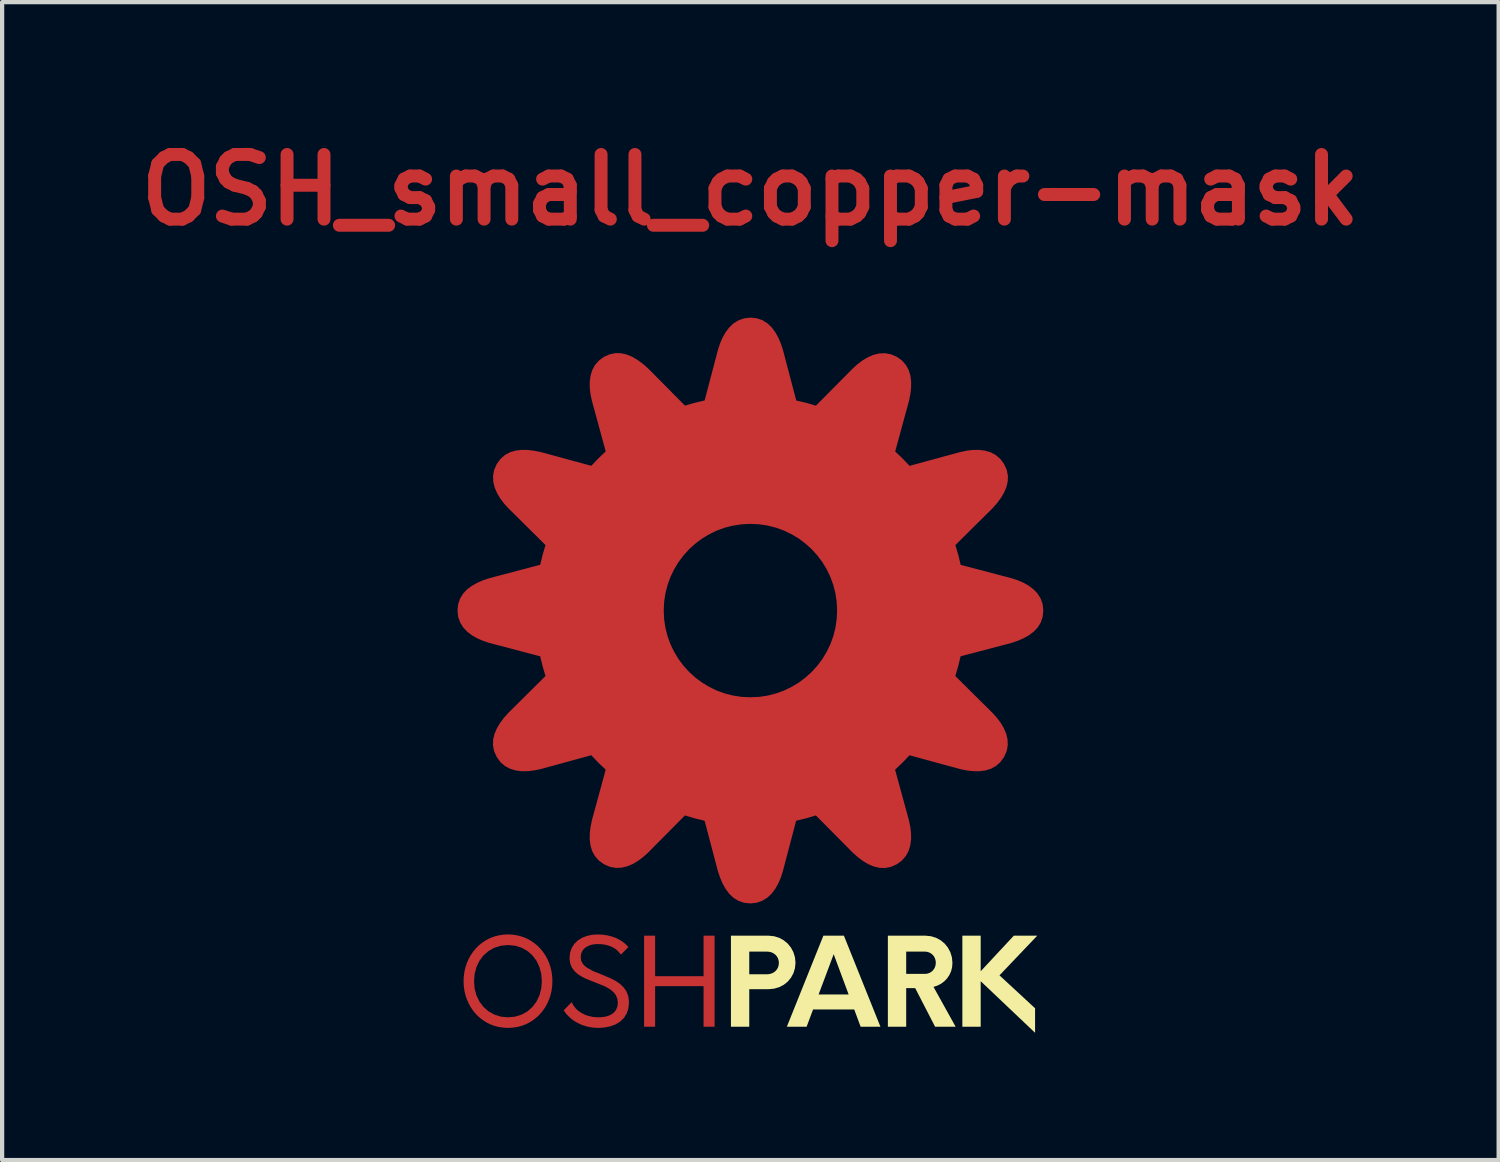
<source format=kicad_pcb>
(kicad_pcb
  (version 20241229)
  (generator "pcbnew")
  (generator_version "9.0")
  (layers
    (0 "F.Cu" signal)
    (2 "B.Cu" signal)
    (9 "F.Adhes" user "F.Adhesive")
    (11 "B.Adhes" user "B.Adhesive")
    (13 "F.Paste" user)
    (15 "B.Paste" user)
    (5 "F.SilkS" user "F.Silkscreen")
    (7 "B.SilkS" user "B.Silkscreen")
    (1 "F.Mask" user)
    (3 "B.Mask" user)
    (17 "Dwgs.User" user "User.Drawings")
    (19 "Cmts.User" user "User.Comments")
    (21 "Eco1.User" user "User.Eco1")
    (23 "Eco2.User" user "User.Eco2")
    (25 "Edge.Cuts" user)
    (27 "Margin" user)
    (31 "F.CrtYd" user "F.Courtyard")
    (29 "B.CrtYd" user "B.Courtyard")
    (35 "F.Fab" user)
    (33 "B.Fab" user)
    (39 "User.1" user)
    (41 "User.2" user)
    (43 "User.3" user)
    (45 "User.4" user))
  (footprint "OSH_small_copper-mask"
    (layer "F.Cu")
    (at 14.638 12.884)
    (property "Reference" "OSH_small_copper-mask" (at 0 -11.458 0) (layer "F.Cu") (effects (font (size 1.524 1.524) (thickness 0.305))))
    (attr smd)
    (fp_poly (pts (xy -1.104 6.121) (xy -1.104 7.076) (xy -2.246 7.076) (xy -2.246 6.121) (xy -2.506 6.121) (xy -2.506 8.267) (xy -2.246 8.267) (xy -2.246 7.311) (xy -1.104 7.311) (xy -1.104 8.267) (xy -0.844 8.267) (xy -0.844 6.121) (xy -1.104 6.121)) (stroke (width 0) (type solid)) (fill yes) (layer "F.Cu"))
    (fp_poly (pts (xy -3.591 8.295) (xy -3.442 8.286) (xy -3.304 8.259) (xy -3.18 8.213) (xy -3.072 8.148) (xy -2.984 8.064) (xy -2.918 7.96) (xy -2.876 7.836) (xy -2.861 7.692) (xy -2.877 7.552) (xy -2.921 7.435) (xy -2.99 7.337) (xy -3.078 7.254) (xy -3.18 7.185) (xy -3.292 7.127) (xy -3.528 7.028) (xy -3.707 6.956) (xy -3.857 6.873) (xy -3.916 6.824) (xy -3.961 6.768) (xy -3.99 6.704) (xy -4 6.63) (xy -3.992 6.555) (xy -3.968 6.491) (xy -3.93 6.437) (xy -3.88 6.394) (xy -3.82 6.36) (xy -3.752 6.337) (xy -3.677 6.323) (xy -3.597 6.318) (xy -3.501 6.323) (xy -3.413 6.336) (xy -3.333 6.358) (xy -3.26 6.388) (xy -3.196 6.424) (xy -3.139 6.466) (xy -3.05 6.567) (xy -2.876 6.389) (xy -2.935 6.327) (xy -3.003 6.271) (xy -3.081 6.22) (xy -3.169 6.176) (xy -3.265 6.141) (xy -3.369 6.114) (xy -3.482 6.098) (xy -3.603 6.092) (xy -3.735 6.101) (xy -3.858 6.128) (xy -3.97 6.172) (xy -4.069 6.234) (xy -4.15 6.313) (xy -4.211 6.409) (xy -4.25 6.521) (xy -4.264 6.649) (xy -4.25 6.769) (xy -4.21 6.87) (xy -4.149 6.954) (xy -4.071 7.025) (xy -3.978 7.085) (xy -3.875 7.137) (xy -3.654 7.225) (xy -3.457 7.304) (xy -3.367 7.349) (xy -3.287 7.4) (xy -3.22 7.459) (xy -3.168 7.528) (xy -3.136 7.609) (xy -3.125 7.705) (xy -3.135 7.789) (xy -3.162 7.86) (xy -3.204 7.919) (xy -3.259 7.966) (xy -3.327 8.002) (xy -3.404 8.027) (xy -3.49 8.041) (xy -3.583 8.046) (xy -3.691 8.039) (xy -3.793 8.02) (xy -3.889 7.989) (xy -3.976 7.947) (xy -4.053 7.896) (xy -4.119 7.835) (xy -4.172 7.765) (xy -4.212 7.688) (xy -4.401 7.88) (xy -4.338 7.968) (xy -4.261 8.047) (xy -4.172 8.118) (xy -4.072 8.179) (xy -3.963 8.228) (xy -3.845 8.264) (xy -3.721 8.287) (xy -3.591 8.295) (xy -3.591 8.295)) (stroke (width 0) (type solid)) (fill yes) (layer "F.Cu"))
    (fp_poly (pts (xy -5.714 8.295) (xy -5.714 8.046) (xy -5.885 8.029) (xy -6.039 7.98) (xy -6.176 7.903) (xy -6.293 7.799) (xy -6.387 7.674) (xy -6.457 7.529) (xy -6.5 7.368) (xy -6.515 7.194) (xy -6.5 7.02) (xy -6.457 6.859) (xy -6.387 6.714) (xy -6.293 6.588) (xy -6.176 6.485) (xy -6.039 6.407) (xy -5.885 6.358) (xy -5.714 6.341) (xy -5.542 6.358) (xy -5.388 6.407) (xy -5.251 6.485) (xy -5.136 6.588) (xy -5.042 6.714) (xy -4.973 6.859) (xy -4.93 7.02) (xy -4.916 7.194) (xy -4.93 7.368) (xy -4.973 7.529) (xy -5.042 7.674) (xy -5.136 7.799) (xy -5.251 7.903) (xy -5.388 7.98) (xy -5.542 8.029) (xy -5.714 8.046) (xy -5.714 8.295) (xy -5.602 8.289) (xy -5.495 8.273) (xy -5.392 8.246) (xy -5.294 8.209) (xy -5.202 8.162) (xy -5.116 8.107) (xy -5.036 8.044) (xy -4.963 7.973) (xy -4.897 7.895) (xy -4.838 7.81) (xy -4.787 7.719) (xy -4.745 7.623) (xy -4.711 7.521) (xy -4.687 7.416) (xy -4.672 7.306) (xy -4.667 7.193) (xy -4.672 7.081) (xy -4.687 6.971) (xy -4.711 6.865) (xy -4.745 6.764) (xy -4.787 6.668) (xy -4.838 6.577) (xy -4.897 6.492) (xy -4.963 6.414) (xy -5.036 6.343) (xy -5.116 6.28) (xy -5.202 6.224) (xy -5.294 6.178) (xy -5.392 6.141) (xy -5.495 6.114) (xy -5.602 6.097) (xy -5.714 6.091) (xy -5.826 6.097) (xy -5.934 6.114) (xy -6.037 6.141) (xy -6.135 6.178) (xy -6.227 6.224) (xy -6.313 6.28) (xy -6.393 6.343) (xy -6.466 6.414) (xy -6.532 6.492) (xy -6.59 6.577) (xy -6.641 6.668) (xy -6.683 6.764) (xy -6.717 6.865) (xy -6.741 6.971) (xy -6.756 7.081) (xy -6.761 7.193) (xy -6.756 7.306) (xy -6.741 7.416) (xy -6.717 7.521) (xy -6.683 7.623) (xy -6.641 7.719) (xy -6.59 7.81) (xy -6.532 7.895) (xy -6.466 7.973) (xy -6.393 8.044) (xy -6.313 8.107) (xy -6.227 8.162) (xy -6.135 8.209) (xy -6.037 8.246) (xy -5.934 8.273) (xy -5.826 8.289) (xy -5.714 8.295)) (stroke (width 0) (type solid)) (fill yes) (layer "F.Cu"))
    (fp_poly (pts (xy 0.001 -8.41) (xy 0.00043 -3.623) (xy 0.213 -3.612) (xy 0.42 -3.581) (xy 0.619 -3.53) (xy 0.81 -3.46) (xy 0.992 -3.372) (xy 1.164 -3.268) (xy 1.324 -3.148) (xy 1.472 -3.014) (xy 1.606 -2.866) (xy 1.726 -2.706) (xy 1.83 -2.534) (xy 1.918 -2.352) (xy 1.988 -2.161) (xy 2.039 -1.962) (xy 2.07 -1.755) (xy 2.081 -1.542) (xy 2.07 -1.329) (xy 2.039 -1.123) (xy 1.988 -0.923) (xy 1.918 -0.732) (xy 1.83 -0.55) (xy 1.726 -0.378) (xy 1.606 -0.218) (xy 1.472 -0.07) (xy 1.324 0.064) (xy 1.164 0.184) (xy 0.992 0.288) (xy 0.81 0.376) (xy 0.619 0.446) (xy 0.42 0.497) (xy 0.213 0.529) (xy 0.00043 0.539) (xy -0.212 0.529) (xy -0.419 0.497) (xy -0.618 0.446) (xy -0.81 0.376) (xy -0.991 0.288) (xy -1.163 0.184) (xy -1.323 0.064) (xy -1.471 -0.07) (xy -1.605 -0.218) (xy -1.725 -0.378) (xy -1.829 -0.55) (xy -1.917 -0.732) (xy -1.987 -0.923) (xy -2.038 -1.123) (xy -2.07 -1.329) (xy -2.08 -1.542) (xy -2.07 -1.755) (xy -2.038 -1.962) (xy -1.987 -2.161) (xy -1.917 -2.352) (xy -1.829 -2.534) (xy -1.725 -2.706) (xy -1.605 -2.866) (xy -1.471 -3.014) (xy -1.323 -3.148) (xy -1.163 -3.268) (xy -0.991 -3.372) (xy -0.81 -3.46) (xy -0.618 -3.53) (xy -0.419 -3.581) (xy -0.212 -3.612) (xy 0.00043 -3.623) (xy 0.001 -8.41) (xy -0.141 -8.394) (xy -0.267 -8.349) (xy -0.378 -8.28) (xy -0.474 -8.188) (xy -0.556 -8.079) (xy -0.625 -7.956) (xy -0.682 -7.822) (xy -0.728 -7.682) (xy -1.049 -6.463) (xy -1.303 -6.403) (xy -1.553 -6.331) (xy -2.438 -7.224) (xy -2.554 -7.326) (xy -2.673 -7.414) (xy -2.795 -7.487) (xy -2.92 -7.54) (xy -3.046 -7.57) (xy -3.174 -7.574) (xy -3.303 -7.548) (xy -3.434 -7.49) (xy -3.549 -7.405) (xy -3.636 -7.303) (xy -3.697 -7.188) (xy -3.734 -7.061) (xy -3.751 -6.925) (xy -3.749 -6.784) (xy -3.731 -6.639) (xy -3.7 -6.495) (xy -3.369 -5.282) (xy -3.559 -5.102) (xy -3.739 -4.913) (xy -4.952 -5.243) (xy -5.103 -5.273) (xy -5.251 -5.291) (xy -5.393 -5.293) (xy -5.527 -5.277) (xy -5.651 -5.239) (xy -5.764 -5.179) (xy -5.863 -5.092) (xy -5.947 -4.977) (xy -6.005 -4.845) (xy -6.029 -4.714) (xy -6.024 -4.583) (xy -5.993 -4.454) (xy -5.939 -4.329) (xy -5.867 -4.207) (xy -5.78 -4.091) (xy -5.68 -3.981) (xy -4.788 -3.097) (xy -4.862 -2.847) (xy -4.924 -2.591) (xy -6.139 -2.271) (xy -6.286 -2.222) (xy -6.422 -2.163) (xy -6.546 -2.094) (xy -6.654 -2.013) (xy -6.743 -1.918) (xy -6.81 -1.809) (xy -6.852 -1.685) (xy -6.867 -1.543) (xy -6.852 -1.401) (xy -6.807 -1.275) (xy -6.737 -1.164) (xy -6.646 -1.068) (xy -6.537 -0.986) (xy -6.413 -0.917) (xy -6.28 -0.86) (xy -6.139 -0.814) (xy -4.924 -0.494) (xy -4.862 -0.239) (xy -4.788 0.011) (xy -5.68 0.896) (xy -5.783 1.012) (xy -5.872 1.131) (xy -5.944 1.253) (xy -5.997 1.377) (xy -6.027 1.503) (xy -6.031 1.631) (xy -6.006 1.761) (xy -5.947 1.891) (xy -5.863 2.007) (xy -5.761 2.093) (xy -5.645 2.154) (xy -5.518 2.192) (xy -5.382 2.208) (xy -5.241 2.206) (xy -5.096 2.188) (xy -4.952 2.158) (xy -3.739 1.826) (xy -3.559 2.016) (xy -3.369 2.196) (xy -3.7 3.409) (xy -3.731 3.561) (xy -3.749 3.708) (xy -3.751 3.85) (xy -3.734 3.984) (xy -3.697 4.109) (xy -3.636 4.221) (xy -3.55 4.32) (xy -3.434 4.404) (xy -3.303 4.462) (xy -3.171 4.486) (xy -3.041 4.481) (xy -2.912 4.45) (xy -2.786 4.397) (xy -2.665 4.324) (xy -2.549 4.237) (xy -2.439 4.138) (xy -1.554 3.245) (xy -1.304 3.319) (xy -1.049 3.381) (xy -0.729 4.596) (xy -0.679 4.742) (xy -0.621 4.879) (xy -0.551 5.002) (xy -0.47 5.11) (xy -0.376 5.199) (xy -0.267 5.266) (xy -0.142 5.309) (xy 0.0001 5.324) (xy 0.142 5.308) (xy 0.268 5.263) (xy 0.379 5.194) (xy 0.474 5.103) (xy 0.557 4.993) (xy 0.626 4.87) (xy 0.683 4.737) (xy 0.728 4.596) (xy 1.048 3.381) (xy 1.303 3.319) (xy 1.554 3.245) (xy 2.439 4.138) (xy 2.554 4.24) (xy 2.673 4.329) (xy 2.795 4.402) (xy 2.92 4.455) (xy 3.046 4.485) (xy 3.174 4.489) (xy 3.303 4.463) (xy 3.434 4.405) (xy 3.549 4.32) (xy 3.636 4.218) (xy 3.697 4.103) (xy 3.734 3.976) (xy 3.751 3.84) (xy 3.749 3.699) (xy 3.731 3.554) (xy 3.701 3.41) (xy 3.369 2.197) (xy 3.559 2.016) (xy 3.738 1.827) (xy 4.952 2.158) (xy 5.103 2.189) (xy 5.251 2.206) (xy 5.393 2.208) (xy 5.527 2.191) (xy 5.651 2.154) (xy 5.764 2.093) (xy 5.863 2.007) (xy 5.947 1.891) (xy 6.005 1.76) (xy 6.029 1.628) (xy 6.024 1.498) (xy 5.993 1.369) (xy 5.939 1.244) (xy 5.867 1.122) (xy 5.779 1.006) (xy 5.68 0.896) (xy 4.788 0.011) (xy 4.862 -0.239) (xy 4.923 -0.494) (xy 6.139 -0.814) (xy 6.285 -0.863) (xy 6.422 -0.922) (xy 6.546 -0.991) (xy 6.653 -1.073) (xy 6.743 -1.167) (xy 6.81 -1.276) (xy 6.852 -1.401) (xy 6.867 -1.543) (xy 6.852 -1.685) (xy 6.808 -1.81) (xy 6.738 -1.921) (xy 6.647 -2.017) (xy 6.538 -2.099) (xy 6.415 -2.168) (xy 6.281 -2.225) (xy 6.14 -2.27) (xy 4.925 -2.59) (xy 4.864 -2.846) (xy 4.789 -3.096) (xy 5.682 -3.981) (xy 5.784 -4.097) (xy 5.873 -4.216) (xy 5.945 -4.337) (xy 5.998 -4.462) (xy 6.028 -4.588) (xy 6.032 -4.716) (xy 6.007 -4.846) (xy 5.948 -4.976) (xy 5.864 -5.091) (xy 5.762 -5.178) (xy 5.646 -5.239) (xy 5.519 -5.276) (xy 5.384 -5.293) (xy 5.242 -5.291) (xy 5.098 -5.273) (xy 4.953 -5.242) (xy 3.74 -4.912) (xy 3.56 -5.101) (xy 3.371 -5.281) (xy 3.702 -6.494) (xy 3.733 -6.645) (xy 3.75 -6.793) (xy 3.752 -6.935) (xy 3.736 -7.069) (xy 3.698 -7.193) (xy 3.638 -7.306) (xy 3.551 -7.406) (xy 3.435 -7.49) (xy 3.304 -7.547) (xy 3.173 -7.571) (xy 3.042 -7.566) (xy 2.913 -7.535) (xy 2.788 -7.481) (xy 2.666 -7.409) (xy 2.55 -7.322) (xy 2.44 -7.223) (xy 1.555 -6.33) (xy 1.306 -6.403) (xy 1.051 -6.462) (xy 0.73 -7.681) (xy 0.681 -7.828) (xy 0.622 -7.965) (xy 0.552 -8.088) (xy 0.471 -8.196) (xy 0.377 -8.285) (xy 0.268 -8.353) (xy 0.143 -8.395) (xy 0.001 -8.41) (xy 0.001 -8.41)) (stroke (width 0.074) (type solid)) (fill yes) (layer "F.Cu"))
    (fp_poly (pts (xy -1.104 6.121) (xy -1.104 7.076) (xy -2.246 7.076) (xy -2.246 6.121) (xy -2.506 6.121) (xy -2.506 8.267) (xy -2.246 8.267) (xy -2.246 7.311) (xy -1.104 7.311) (xy -1.104 8.267) (xy -0.844 8.267) (xy -0.844 6.121) (xy -1.104 6.121)) (stroke (width 0) (type solid)) (fill yes) (layer "F.Mask"))
    (fp_poly (pts (xy -3.591 8.295) (xy -3.442 8.286) (xy -3.304 8.259) (xy -3.18 8.213) (xy -3.072 8.148) (xy -2.984 8.064) (xy -2.918 7.96) (xy -2.876 7.836) (xy -2.861 7.692) (xy -2.877 7.552) (xy -2.921 7.435) (xy -2.99 7.337) (xy -3.078 7.254) (xy -3.18 7.185) (xy -3.292 7.127) (xy -3.528 7.028) (xy -3.707 6.956) (xy -3.857 6.873) (xy -3.916 6.824) (xy -3.961 6.768) (xy -3.99 6.704) (xy -4 6.63) (xy -3.992 6.555) (xy -3.968 6.491) (xy -3.93 6.437) (xy -3.88 6.394) (xy -3.82 6.36) (xy -3.752 6.337) (xy -3.677 6.323) (xy -3.597 6.318) (xy -3.501 6.323) (xy -3.413 6.336) (xy -3.333 6.358) (xy -3.26 6.388) (xy -3.196 6.424) (xy -3.139 6.466) (xy -3.05 6.567) (xy -2.876 6.389) (xy -2.935 6.327) (xy -3.003 6.271) (xy -3.081 6.22) (xy -3.169 6.176) (xy -3.265 6.141) (xy -3.369 6.114) (xy -3.482 6.098) (xy -3.603 6.092) (xy -3.735 6.101) (xy -3.858 6.128) (xy -3.97 6.172) (xy -4.069 6.234) (xy -4.15 6.313) (xy -4.211 6.409) (xy -4.25 6.521) (xy -4.264 6.649) (xy -4.25 6.769) (xy -4.21 6.87) (xy -4.149 6.954) (xy -4.071 7.025) (xy -3.978 7.085) (xy -3.875 7.137) (xy -3.654 7.225) (xy -3.457 7.304) (xy -3.367 7.349) (xy -3.287 7.4) (xy -3.22 7.459) (xy -3.168 7.528) (xy -3.136 7.609) (xy -3.125 7.705) (xy -3.135 7.789) (xy -3.162 7.86) (xy -3.204 7.919) (xy -3.259 7.966) (xy -3.327 8.002) (xy -3.404 8.027) (xy -3.49 8.041) (xy -3.583 8.046) (xy -3.691 8.039) (xy -3.793 8.02) (xy -3.889 7.989) (xy -3.976 7.947) (xy -4.053 7.896) (xy -4.119 7.835) (xy -4.172 7.765) (xy -4.212 7.688) (xy -4.401 7.88) (xy -4.338 7.968) (xy -4.261 8.047) (xy -4.172 8.118) (xy -4.072 8.179) (xy -3.963 8.228) (xy -3.845 8.264) (xy -3.721 8.287) (xy -3.591 8.295) (xy -3.591 8.295)) (stroke (width 0) (type solid)) (fill yes) (layer "F.Mask"))
    (fp_poly (pts (xy -5.714 8.295) (xy -5.714 8.046) (xy -5.885 8.029) (xy -6.039 7.98) (xy -6.176 7.903) (xy -6.293 7.799) (xy -6.387 7.674) (xy -6.457 7.529) (xy -6.5 7.368) (xy -6.515 7.194) (xy -6.5 7.02) (xy -6.457 6.859) (xy -6.387 6.714) (xy -6.293 6.588) (xy -6.176 6.485) (xy -6.039 6.407) (xy -5.885 6.358) (xy -5.714 6.341) (xy -5.542 6.358) (xy -5.388 6.407) (xy -5.251 6.485) (xy -5.136 6.588) (xy -5.042 6.714) (xy -4.973 6.859) (xy -4.93 7.02) (xy -4.916 7.194) (xy -4.93 7.368) (xy -4.973 7.529) (xy -5.042 7.674) (xy -5.136 7.799) (xy -5.251 7.903) (xy -5.388 7.98) (xy -5.542 8.029) (xy -5.714 8.046) (xy -5.714 8.295) (xy -5.602 8.289) (xy -5.495 8.273) (xy -5.392 8.246) (xy -5.294 8.209) (xy -5.202 8.162) (xy -5.116 8.107) (xy -5.036 8.044) (xy -4.963 7.973) (xy -4.897 7.895) (xy -4.838 7.81) (xy -4.787 7.719) (xy -4.745 7.623) (xy -4.711 7.521) (xy -4.687 7.416) (xy -4.672 7.306) (xy -4.667 7.193) (xy -4.672 7.081) (xy -4.687 6.971) (xy -4.711 6.865) (xy -4.745 6.764) (xy -4.787 6.668) (xy -4.838 6.577) (xy -4.897 6.492) (xy -4.963 6.414) (xy -5.036 6.343) (xy -5.116 6.28) (xy -5.202 6.224) (xy -5.294 6.178) (xy -5.392 6.141) (xy -5.495 6.114) (xy -5.602 6.097) (xy -5.714 6.091) (xy -5.826 6.097) (xy -5.934 6.114) (xy -6.037 6.141) (xy -6.135 6.178) (xy -6.227 6.224) (xy -6.313 6.28) (xy -6.393 6.343) (xy -6.466 6.414) (xy -6.532 6.492) (xy -6.59 6.577) (xy -6.641 6.668) (xy -6.683 6.764) (xy -6.717 6.865) (xy -6.741 6.971) (xy -6.756 7.081) (xy -6.761 7.193) (xy -6.756 7.306) (xy -6.741 7.416) (xy -6.717 7.521) (xy -6.683 7.623) (xy -6.641 7.719) (xy -6.59 7.81) (xy -6.532 7.895) (xy -6.466 7.973) (xy -6.393 8.044) (xy -6.313 8.107) (xy -6.227 8.162) (xy -6.135 8.209) (xy -6.037 8.246) (xy -5.934 8.273) (xy -5.826 8.289) (xy -5.714 8.295)) (stroke (width 0) (type solid)) (fill yes) (layer "F.Mask"))
    (fp_poly (pts (xy 0.001 -8.41) (xy 0.00043 -3.623) (xy 0.213 -3.612) (xy 0.42 -3.581) (xy 0.619 -3.53) (xy 0.81 -3.46) (xy 0.992 -3.372) (xy 1.164 -3.268) (xy 1.324 -3.148) (xy 1.472 -3.014) (xy 1.606 -2.866) (xy 1.726 -2.706) (xy 1.83 -2.534) (xy 1.918 -2.352) (xy 1.988 -2.161) (xy 2.039 -1.962) (xy 2.07 -1.755) (xy 2.081 -1.542) (xy 2.07 -1.329) (xy 2.039 -1.123) (xy 1.988 -0.923) (xy 1.918 -0.732) (xy 1.83 -0.55) (xy 1.726 -0.378) (xy 1.606 -0.218) (xy 1.472 -0.07) (xy 1.324 0.064) (xy 1.164 0.184) (xy 0.992 0.288) (xy 0.81 0.376) (xy 0.619 0.446) (xy 0.42 0.497) (xy 0.213 0.529) (xy 0.00043 0.539) (xy -0.212 0.529) (xy -0.419 0.497) (xy -0.618 0.446) (xy -0.81 0.376) (xy -0.991 0.288) (xy -1.163 0.184) (xy -1.323 0.064) (xy -1.471 -0.07) (xy -1.605 -0.218) (xy -1.725 -0.378) (xy -1.829 -0.55) (xy -1.917 -0.732) (xy -1.987 -0.923) (xy -2.038 -1.123) (xy -2.07 -1.329) (xy -2.08 -1.542) (xy -2.07 -1.755) (xy -2.038 -1.962) (xy -1.987 -2.161) (xy -1.917 -2.352) (xy -1.829 -2.534) (xy -1.725 -2.706) (xy -1.605 -2.866) (xy -1.471 -3.014) (xy -1.323 -3.148) (xy -1.163 -3.268) (xy -0.991 -3.372) (xy -0.81 -3.46) (xy -0.618 -3.53) (xy -0.419 -3.581) (xy -0.212 -3.612) (xy 0.00043 -3.623) (xy 0.001 -8.41) (xy -0.141 -8.394) (xy -0.267 -8.349) (xy -0.378 -8.28) (xy -0.474 -8.188) (xy -0.556 -8.079) (xy -0.625 -7.956) (xy -0.682 -7.822) (xy -0.728 -7.682) (xy -1.049 -6.463) (xy -1.303 -6.403) (xy -1.553 -6.331) (xy -2.438 -7.224) (xy -2.554 -7.326) (xy -2.673 -7.414) (xy -2.795 -7.487) (xy -2.92 -7.54) (xy -3.046 -7.57) (xy -3.174 -7.574) (xy -3.303 -7.548) (xy -3.434 -7.49) (xy -3.549 -7.405) (xy -3.636 -7.303) (xy -3.697 -7.188) (xy -3.734 -7.061) (xy -3.751 -6.925) (xy -3.749 -6.784) (xy -3.731 -6.639) (xy -3.7 -6.495) (xy -3.369 -5.282) (xy -3.559 -5.102) (xy -3.739 -4.913) (xy -4.952 -5.243) (xy -5.103 -5.273) (xy -5.251 -5.291) (xy -5.393 -5.293) (xy -5.527 -5.277) (xy -5.651 -5.239) (xy -5.764 -5.179) (xy -5.863 -5.092) (xy -5.947 -4.977) (xy -6.005 -4.845) (xy -6.029 -4.714) (xy -6.024 -4.583) (xy -5.993 -4.454) (xy -5.939 -4.329) (xy -5.867 -4.207) (xy -5.78 -4.091) (xy -5.68 -3.981) (xy -4.788 -3.097) (xy -4.862 -2.847) (xy -4.924 -2.591) (xy -6.139 -2.271) (xy -6.286 -2.222) (xy -6.422 -2.163) (xy -6.546 -2.094) (xy -6.654 -2.013) (xy -6.743 -1.918) (xy -6.81 -1.809) (xy -6.852 -1.685) (xy -6.867 -1.543) (xy -6.852 -1.401) (xy -6.807 -1.275) (xy -6.737 -1.164) (xy -6.646 -1.068) (xy -6.537 -0.986) (xy -6.413 -0.917) (xy -6.28 -0.86) (xy -6.139 -0.814) (xy -4.924 -0.494) (xy -4.862 -0.239) (xy -4.788 0.011) (xy -5.68 0.896) (xy -5.783 1.012) (xy -5.872 1.131) (xy -5.944 1.253) (xy -5.997 1.377) (xy -6.027 1.503) (xy -6.031 1.631) (xy -6.006 1.761) (xy -5.947 1.891) (xy -5.863 2.007) (xy -5.761 2.093) (xy -5.645 2.154) (xy -5.518 2.192) (xy -5.382 2.208) (xy -5.241 2.206) (xy -5.096 2.188) (xy -4.952 2.158) (xy -3.739 1.826) (xy -3.559 2.016) (xy -3.369 2.196) (xy -3.7 3.409) (xy -3.731 3.561) (xy -3.749 3.708) (xy -3.751 3.85) (xy -3.734 3.984) (xy -3.697 4.109) (xy -3.636 4.221) (xy -3.55 4.32) (xy -3.434 4.404) (xy -3.303 4.462) (xy -3.171 4.486) (xy -3.041 4.481) (xy -2.912 4.45) (xy -2.786 4.397) (xy -2.665 4.324) (xy -2.549 4.237) (xy -2.439 4.138) (xy -1.554 3.245) (xy -1.304 3.319) (xy -1.049 3.381) (xy -0.729 4.596) (xy -0.679 4.742) (xy -0.621 4.879) (xy -0.551 5.002) (xy -0.47 5.11) (xy -0.376 5.199) (xy -0.267 5.266) (xy -0.142 5.309) (xy 0.0001 5.324) (xy 0.142 5.308) (xy 0.268 5.263) (xy 0.379 5.194) (xy 0.474 5.103) (xy 0.557 4.993) (xy 0.626 4.87) (xy 0.683 4.737) (xy 0.728 4.596) (xy 1.048 3.381) (xy 1.303 3.319) (xy 1.554 3.245) (xy 2.439 4.138) (xy 2.554 4.24) (xy 2.673 4.329) (xy 2.795 4.402) (xy 2.92 4.455) (xy 3.046 4.485) (xy 3.174 4.489) (xy 3.303 4.463) (xy 3.434 4.405) (xy 3.549 4.32) (xy 3.636 4.218) (xy 3.697 4.103) (xy 3.734 3.976) (xy 3.751 3.84) (xy 3.749 3.699) (xy 3.731 3.554) (xy 3.701 3.41) (xy 3.369 2.197) (xy 3.559 2.016) (xy 3.738 1.827) (xy 4.952 2.158) (xy 5.103 2.189) (xy 5.251 2.206) (xy 5.393 2.208) (xy 5.527 2.191) (xy 5.651 2.154) (xy 5.764 2.093) (xy 5.863 2.007) (xy 5.947 1.891) (xy 6.005 1.76) (xy 6.029 1.628) (xy 6.024 1.498) (xy 5.993 1.369) (xy 5.939 1.244) (xy 5.867 1.122) (xy 5.779 1.006) (xy 5.68 0.896) (xy 4.788 0.011) (xy 4.862 -0.239) (xy 4.923 -0.494) (xy 6.139 -0.814) (xy 6.285 -0.863) (xy 6.422 -0.922) (xy 6.546 -0.991) (xy 6.653 -1.073) (xy 6.743 -1.167) (xy 6.81 -1.276) (xy 6.852 -1.401) (xy 6.867 -1.543) (xy 6.852 -1.685) (xy 6.808 -1.81) (xy 6.738 -1.921) (xy 6.647 -2.017) (xy 6.538 -2.099) (xy 6.415 -2.168) (xy 6.281 -2.225) (xy 6.14 -2.27) (xy 4.925 -2.59) (xy 4.864 -2.846) (xy 4.789 -3.096) (xy 5.682 -3.981) (xy 5.784 -4.097) (xy 5.873 -4.216) (xy 5.945 -4.337) (xy 5.998 -4.462) (xy 6.028 -4.588) (xy 6.032 -4.716) (xy 6.007 -4.846) (xy 5.948 -4.976) (xy 5.864 -5.091) (xy 5.762 -5.178) (xy 5.646 -5.239) (xy 5.519 -5.276) (xy 5.384 -5.293) (xy 5.242 -5.291) (xy 5.098 -5.273) (xy 4.953 -5.242) (xy 3.74 -4.912) (xy 3.56 -5.101) (xy 3.371 -5.281) (xy 3.702 -6.494) (xy 3.733 -6.645) (xy 3.75 -6.793) (xy 3.752 -6.935) (xy 3.736 -7.069) (xy 3.698 -7.193) (xy 3.638 -7.306) (xy 3.551 -7.406) (xy 3.435 -7.49) (xy 3.304 -7.547) (xy 3.173 -7.571) (xy 3.042 -7.566) (xy 2.913 -7.535) (xy 2.788 -7.481) (xy 2.666 -7.409) (xy 2.55 -7.322) (xy 2.44 -7.223) (xy 1.555 -6.33) (xy 1.306 -6.403) (xy 1.051 -6.462) (xy 0.73 -7.681) (xy 0.681 -7.828) (xy 0.622 -7.965) (xy 0.552 -8.088) (xy 0.471 -8.196) (xy 0.377 -8.285) (xy 0.268 -8.353) (xy 0.143 -8.395) (xy 0.001 -8.41) (xy 0.001 -8.41)) (stroke (width 0.074) (type solid)) (fill yes) (layer "F.Mask"))
    (fp_poly (pts (xy 6.761 6.121) (xy 6.209 6.121) (xy 5.428 6.959) (xy 5.428 6.121) (xy 4.996 6.121) (xy 4.996 8.267) (xy 5.428 8.267) (xy 5.428 7.194) (xy 6.71 8.41) (xy 6.71 7.832) (xy 5.871 7.056) (xy 6.761 6.121)) (stroke (width 0) (type solid)) (fill yes) (layer "F.SilkS"))
    (fp_poly (pts (xy 2.598 8.267) (xy 1.963 6.558) (xy 2.315 7.506) (xy 1.608 7.506) (xy 1.963 6.558) (xy 2.598 8.267) (xy 3.065 8.267) (xy 2.204 6.121) (xy 1.72 6.121) (xy 0.859 8.267) (xy 1.325 8.267) (xy 1.477 7.86) (xy 2.447 7.86) (xy 2.598 8.267)) (stroke (width 0) (type solid)) (fill yes) (layer "F.SilkS"))
    (fp_poly (pts (xy 0.428 6.121) (xy -0.027 6.496) (xy 0.388 6.496) (xy 0.445 6.501) (xy 0.499 6.515) (xy 0.547 6.538) (xy 0.589 6.57) (xy 0.623 6.608) (xy 0.649 6.654) (xy 0.665 6.705) (xy 0.671 6.762) (xy 0.665 6.82) (xy 0.649 6.873) (xy 0.623 6.919) (xy 0.589 6.957) (xy 0.547 6.989) (xy 0.499 7.012) (xy 0.445 7.026) (xy 0.388 7.031) (xy 0.388 7.031) (xy -0.027 7.031) (xy -0.027 6.496) (xy 0.428 6.121) (xy -0.459 6.121) (xy -0.459 8.267) (xy -0.027 8.267) (xy -0.027 7.383) (xy 0.428 7.383) (xy 0.558 7.37) (xy 0.678 7.335) (xy 0.786 7.279) (xy 0.88 7.204) (xy 0.956 7.112) (xy 1.014 7.006) (xy 1.05 6.888) (xy 1.063 6.759) (xy 1.05 6.63) (xy 1.014 6.511) (xy 0.956 6.402) (xy 0.88 6.308) (xy 0.786 6.23) (xy 0.678 6.171) (xy 0.558 6.134) (xy 0.428 6.121) (xy 0.428 6.121)) (stroke (width 0) (type solid)) (fill yes) (layer "F.SilkS"))
    (fp_poly (pts (xy 4.317 7.328) (xy 4.11 7.022) (xy 3.672 7.022) (xy 3.672 6.496) (xy 4.11 6.496) (xy 4.163 6.501) (xy 4.212 6.516) (xy 4.257 6.54) (xy 4.295 6.571) (xy 4.327 6.61) (xy 4.35 6.655) (xy 4.365 6.705) (xy 4.37 6.759) (xy 4.365 6.813) (xy 4.351 6.863) (xy 4.327 6.907) (xy 4.296 6.946) (xy 4.258 6.978) (xy 4.214 7.002) (xy 4.164 7.017) (xy 4.11 7.022) (xy 4.11 7.022) (xy 4.317 7.328) (xy 4.41 7.297) (xy 4.496 7.252) (xy 4.572 7.195) (xy 4.637 7.127) (xy 4.69 7.048) (xy 4.73 6.961) (xy 4.754 6.865) (xy 4.762 6.762) (xy 4.75 6.632) (xy 4.713 6.511) (xy 4.655 6.402) (xy 4.578 6.307) (xy 4.484 6.229) (xy 4.376 6.171) (xy 4.256 6.134) (xy 4.127 6.121) (xy 3.24 6.121) (xy 3.24 8.267) (xy 3.672 8.267) (xy 3.672 7.357) (xy 3.884 7.357) (xy 4.353 8.267) (xy 4.837 8.267) (xy 4.316 7.328) (xy 4.317 7.328)) (stroke (width 0) (type solid)) (fill yes) (layer "F.SilkS")))
  (gr_rect
    (start -3 -3)
    (end 32.275 24.294)
    (stroke (width 0.1) (type default))
    (fill no)
    (layer "Edge.Cuts")))
</source>
